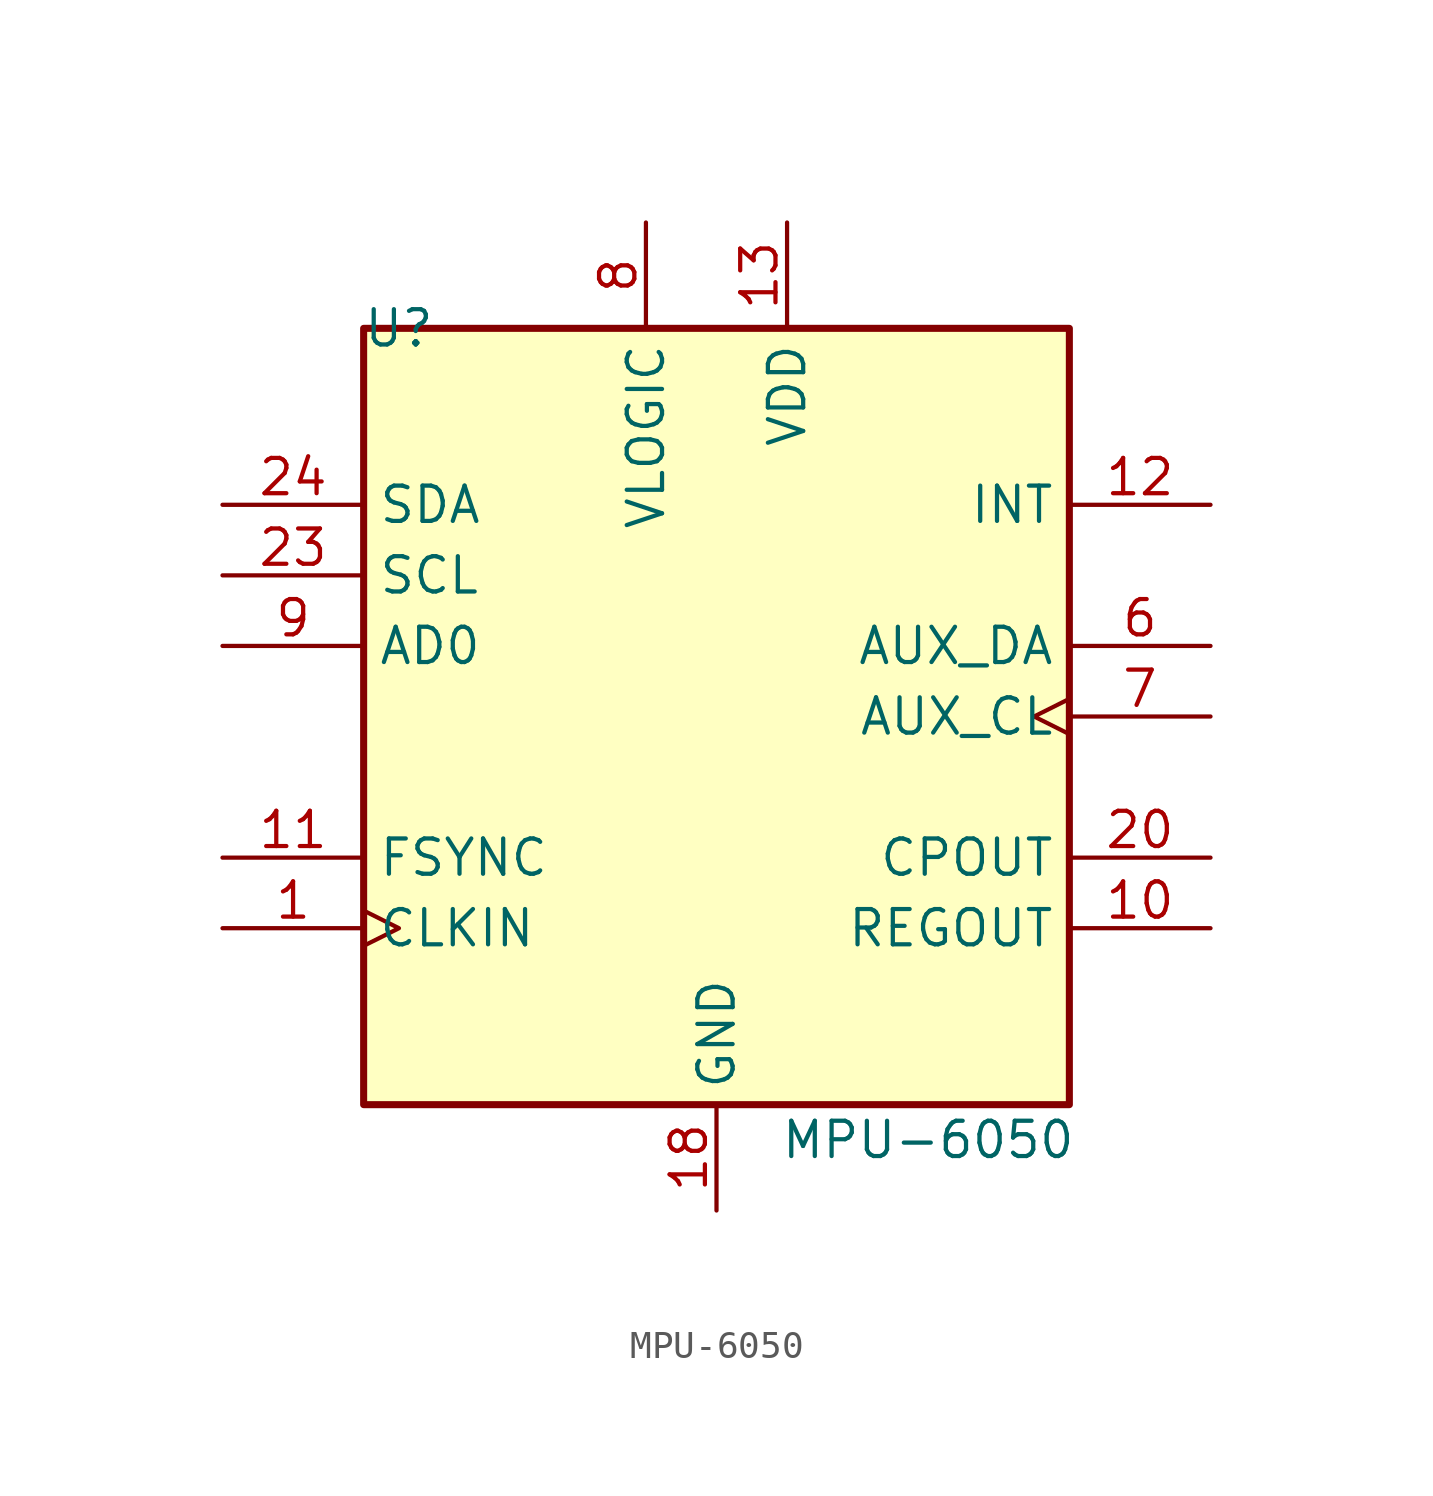
<source format=kicad_sym>
(kicad_symbol_lib
  (version 20241209)
  (generator "kicad_symbol_editor")
  (generator_version "9.0")
  (symbol "MPU-6050"
    (property "Reference" "U"
      (at -11.43 13.97 0)
      (effects (font (size 1.27 1.27))))
    (property "Value" "MPU-6050"
      (at 7.62 -15.24 0)
      (effects (font (size 1.27 1.27))))
    (symbol "MPU-6050_0_1"
      (rectangle (start -12.7 13.97) (end 12.7 -13.97) (stroke (width 0.254) (type default)) (fill (type background))))
    (symbol "MPU-6050_1_1"
      (pin bidirectional line (at -17.78 7.62 0) (length 5.08) (name "SDA" (effects (font (size 1.27 1.27)))) (number "24" (effects (font (size 1.27 1.27)))))
      (pin input line (at -17.78 5.08 0) (length 5.08) (name "SCL" (effects (font (size 1.27 1.27)))) (number "23" (effects (font (size 1.27 1.27)))))
      (pin input line (at -17.78 2.54 0) (length 5.08) (name "AD0" (effects (font (size 1.27 1.27)))) (number "9" (effects (font (size 1.27 1.27)))))
      (pin input line (at -17.78 -5.08 0) (length 5.08) (name "FSYNC" (effects (font (size 1.27 1.27)))) (number "11" (effects (font (size 1.27 1.27)))))
      (pin input clock (at -17.78 -7.62 0) (length 5.08) (name "CLKIN" (effects (font (size 1.27 1.27)))) (number "1" (effects (font (size 1.27 1.27)))))
      (pin no_connect line (at -12.7 12.7 0) (length 2.54) (hide yes) (name "NC" (effects (font (size 1.27 1.27)))) (number "2" (effects (font (size 1.27 1.27)))))
      (pin no_connect line (at -12.7 10.16 0) (length 2.54) (hide yes) (name "NC" (effects (font (size 1.27 1.27)))) (number "3" (effects (font (size 1.27 1.27)))))
      (pin no_connect line (at -12.7 0 0) (length 2.54) (hide yes) (name "NC" (effects (font (size 1.27 1.27)))) (number "4" (effects (font (size 1.27 1.27)))))
      (pin no_connect line (at -12.7 -2.54 0) (length 2.54) (hide yes) (name "NC" (effects (font (size 1.27 1.27)))) (number "5" (effects (font (size 1.27 1.27)))))
      (pin no_connect line (at -12.7 -10.16 0) (length 2.54) (hide yes) (name "NC" (effects (font (size 1.27 1.27)))) (number "14" (effects (font (size 1.27 1.27)))))
      (pin power_in line (at -2.54 17.78 270) (length 3.81) (name "VLOGIC" (effects (font (size 1.27 1.27)))) (number "8" (effects (font (size 1.27 1.27)))))
      (pin power_in line (at 0 -17.78 90) (length 3.81) (name "GND" (effects (font (size 1.27 1.27)))) (number "18" (effects (font (size 1.27 1.27)))))
      (pin power_in line (at 2.54 17.78 270) (length 3.81) (name "VDD" (effects (font (size 1.27 1.27)))) (number "13" (effects (font (size 1.27 1.27)))))
      (pin no_connect line (at 12.7 12.7 180) (length 2.54) (hide yes) (name "NC" (effects (font (size 1.27 1.27)))) (number "15" (effects (font (size 1.27 1.27)))))
      (pin no_connect line (at 12.7 10.16 180) (length 2.54) (hide yes) (name "NC" (effects (font (size 1.27 1.27)))) (number "16" (effects (font (size 1.27 1.27)))))
      (pin no_connect line (at 12.7 5.08 180) (length 2.54) (hide yes) (name "NC" (effects (font (size 1.27 1.27)))) (number "17" (effects (font (size 1.27 1.27)))))
      (pin no_connect line (at 12.7 -2.54 180) (length 2.54) (hide yes) (name "RESV" (effects (font (size 1.27 1.27)))) (number "21" (effects (font (size 1.27 1.27)))))
      (pin no_connect line (at 12.7 -10.16 180) (length 2.54) (hide yes) (name "RESV" (effects (font (size 1.27 1.27)))) (number "19" (effects (font (size 1.27 1.27)))))
      (pin no_connect line (at 12.7 -12.7 180) (length 2.54) (hide yes) (name "RESV" (effects (font (size 1.27 1.27)))) (number "22" (effects (font (size 1.27 1.27)))))
      (pin output line (at 17.78 7.62 180) (length 5.08) (name "INT" (effects (font (size 1.27 1.27)))) (number "12" (effects (font (size 1.27 1.27)))))
      (pin bidirectional line (at 17.78 2.54 180) (length 5.08) (name "AUX_DA" (effects (font (size 1.27 1.27)))) (number "6" (effects (font (size 1.27 1.27)))))
      (pin output clock (at 17.78 0 180) (length 5.08) (name "AUX_CL" (effects (font (size 1.27 1.27)))) (number "7" (effects (font (size 1.27 1.27)))))
      (pin passive line (at 17.78 -5.08 180) (length 5.08) (name "CPOUT" (effects (font (size 1.27 1.27)))) (number "20" (effects (font (size 1.27 1.27)))))
      (pin passive line (at 17.78 -7.62 180) (length 5.08) (name "REGOUT" (effects (font (size 1.27 1.27)))) (number "10" (effects (font (size 1.27 1.27))))))))
</source>
